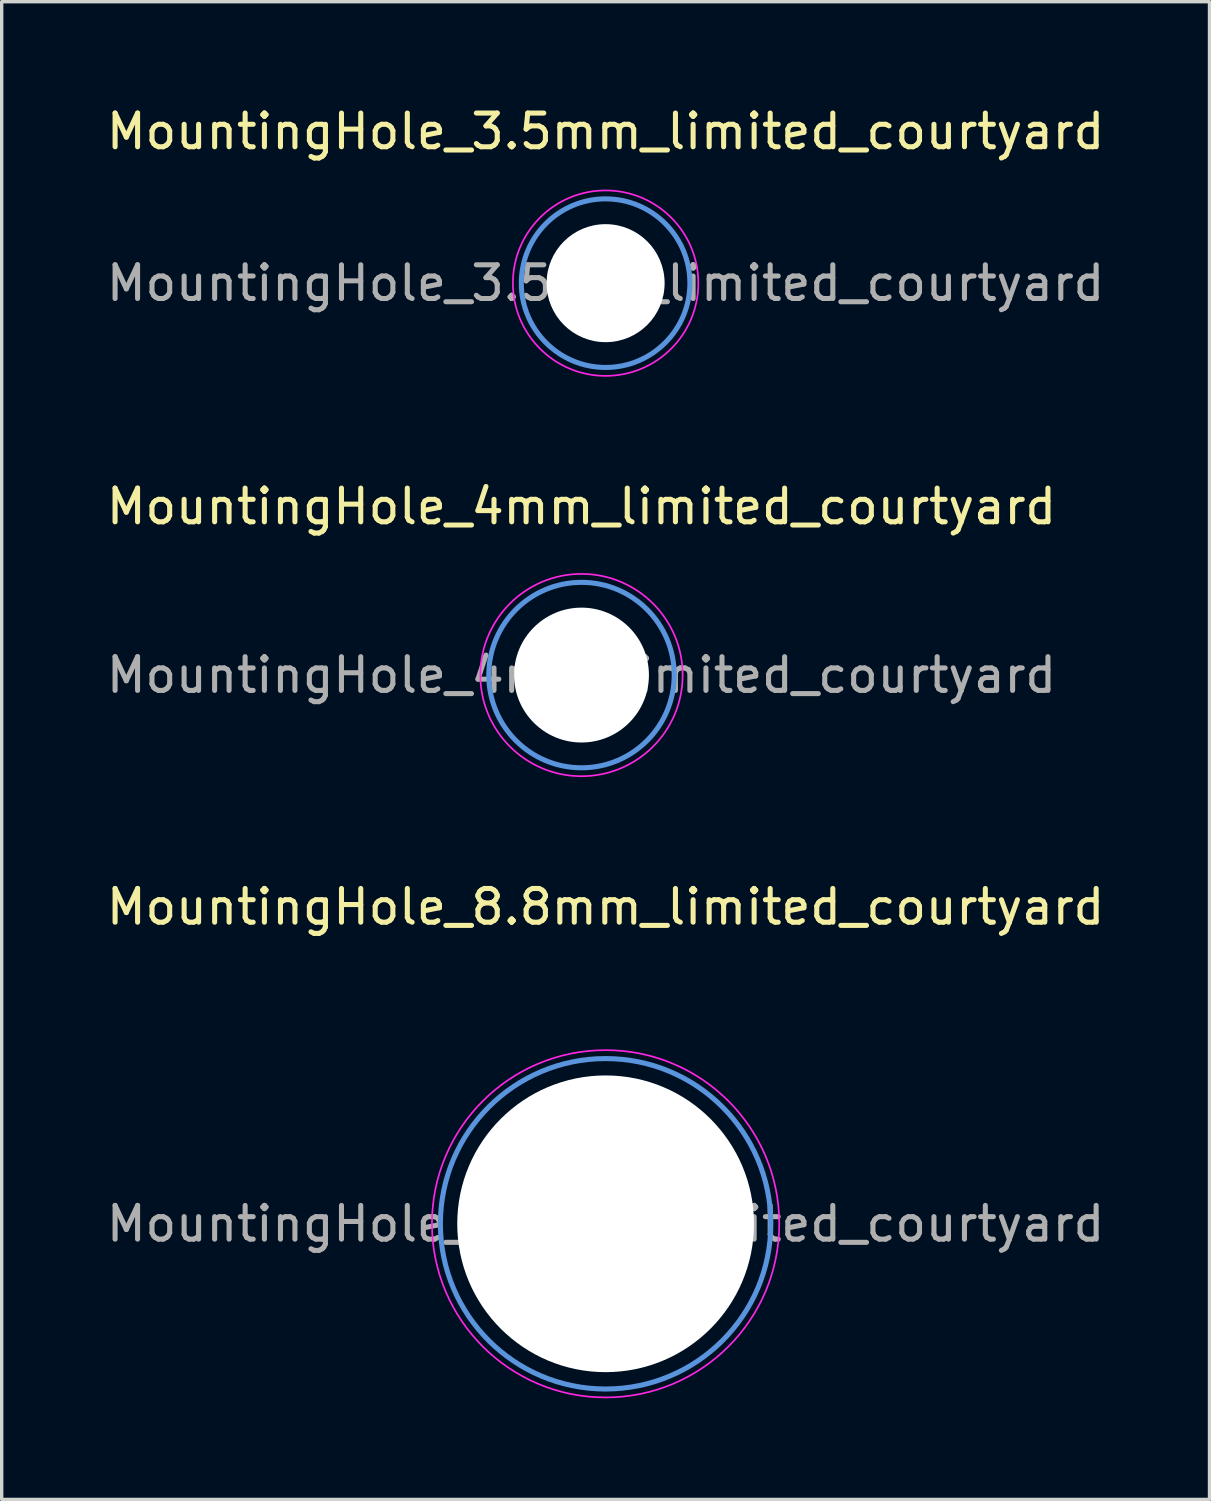
<source format=kicad_pcb>
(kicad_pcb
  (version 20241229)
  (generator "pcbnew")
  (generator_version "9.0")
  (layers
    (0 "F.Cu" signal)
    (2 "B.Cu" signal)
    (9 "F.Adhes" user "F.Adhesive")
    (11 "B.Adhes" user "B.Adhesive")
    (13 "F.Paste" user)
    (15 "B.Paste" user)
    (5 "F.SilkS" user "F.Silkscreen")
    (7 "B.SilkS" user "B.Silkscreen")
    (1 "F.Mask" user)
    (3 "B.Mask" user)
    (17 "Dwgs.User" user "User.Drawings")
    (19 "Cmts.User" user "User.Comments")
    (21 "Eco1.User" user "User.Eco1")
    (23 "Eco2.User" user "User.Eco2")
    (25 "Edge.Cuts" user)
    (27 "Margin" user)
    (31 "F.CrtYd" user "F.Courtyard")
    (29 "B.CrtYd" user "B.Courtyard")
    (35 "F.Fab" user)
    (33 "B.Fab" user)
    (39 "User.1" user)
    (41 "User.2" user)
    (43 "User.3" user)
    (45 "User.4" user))
  (footprint "MountingHole_3.5mm_limited_courtyard"
    (layer "F.Cu")
    (at 14.911 5.348)
    (property "Reference" "MountingHole_3.5mm_limited_courtyard" (at 0 -4.5 0) (layer "F.SilkS") (effects (font (size 1 1) (thickness 0.15))))
    (attr exclude_from_pos_files exclude_from_bom)
    (fp_circle (center 0 0) (end 2.5 0) (stroke (width 0.15) (type solid)) (fill no) (layer "Cmts.User"))
    (fp_circle (center 0 0) (end 2.75 0) (stroke (width 0.05) (type solid)) (fill no) (layer "F.CrtYd"))
    (fp_text user "${REFERENCE}" (at 0 0 0) (layer "F.Fab") (effects (font (size 1 1) (thickness 0.15))))
    (pad "" np_thru_hole circle (at 0 0) (size 3.5 3.5) (drill 3.5) (layers "*.Cu" "*.Mask")))
  (footprint "MountingHole_4mm_limited_courtyard"
    (layer "F.Cu")
    (at 14.196 16.971)
    (property "Reference" "MountingHole_4mm_limited_courtyard" (at 0 -5 0) (layer "F.SilkS") (effects (font (size 1 1) (thickness 0.15))))
    (attr exclude_from_pos_files exclude_from_bom)
    (fp_circle (center 0 0) (end 2.75 0) (stroke (width 0.15) (type solid)) (fill no) (layer "Cmts.User"))
    (fp_circle (center 0 0) (end 3 0) (stroke (width 0.05) (type solid)) (fill no) (layer "F.CrtYd"))
    (fp_text user "${REFERENCE}" (at 0 0 0) (layer "F.Fab") (effects (font (size 1 1) (thickness 0.15))))
    (pad "" np_thru_hole circle (at 0 0) (size 4 4) (drill 4) (layers "*.Cu" "*.Mask")))
  (footprint "MountingHole_8.8mm_limited_courtyard"
    (layer "F.Cu")
    (at 14.911 33.245)
    (property "Reference" "MountingHole_8.8mm_limited_courtyard" (at 0 -9.4 0) (layer "F.SilkS") (effects (font (size 1 1) (thickness 0.15))))
    (attr exclude_from_pos_files exclude_from_bom)
    (fp_circle (center 0 0) (end 4.9 0) (stroke (width 0.15) (type solid)) (fill no) (layer "Cmts.User"))
    (fp_circle (center 0 0) (end 5.15 0) (stroke (width 0.05) (type solid)) (fill no) (layer "F.CrtYd"))
    (fp_text user "${REFERENCE}" (at 0 0 0) (layer "F.Fab") (effects (font (size 1 1) (thickness 0.15))))
    (pad "" np_thru_hole circle (at 0 0) (size 8.8 8.8) (drill 8.8) (layers "*.Cu" "*.Mask")))
  (gr_rect
    (start -3 -3)
    (end 32.821 41.42)
    (stroke (width 0.1) (type default))
    (fill no)
    (layer "Edge.Cuts")))
</source>
